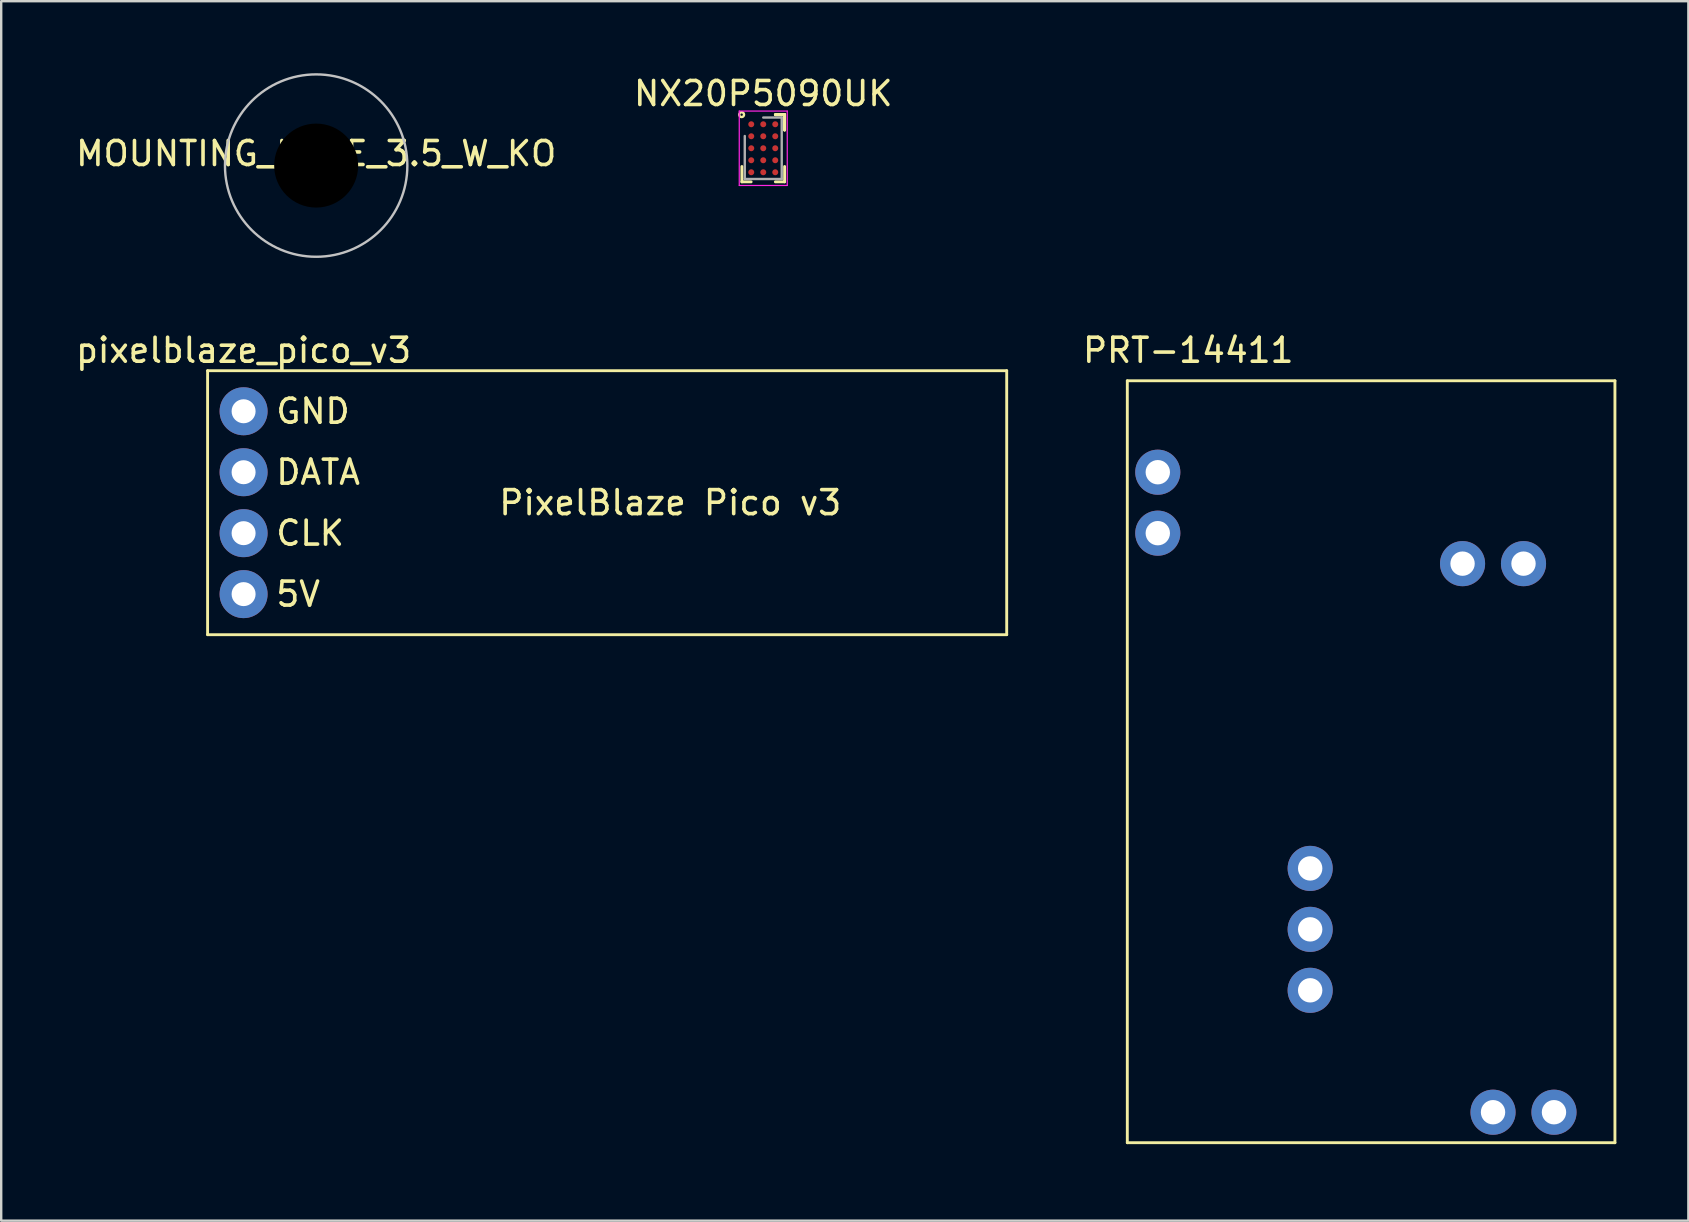
<source format=kicad_pcb>
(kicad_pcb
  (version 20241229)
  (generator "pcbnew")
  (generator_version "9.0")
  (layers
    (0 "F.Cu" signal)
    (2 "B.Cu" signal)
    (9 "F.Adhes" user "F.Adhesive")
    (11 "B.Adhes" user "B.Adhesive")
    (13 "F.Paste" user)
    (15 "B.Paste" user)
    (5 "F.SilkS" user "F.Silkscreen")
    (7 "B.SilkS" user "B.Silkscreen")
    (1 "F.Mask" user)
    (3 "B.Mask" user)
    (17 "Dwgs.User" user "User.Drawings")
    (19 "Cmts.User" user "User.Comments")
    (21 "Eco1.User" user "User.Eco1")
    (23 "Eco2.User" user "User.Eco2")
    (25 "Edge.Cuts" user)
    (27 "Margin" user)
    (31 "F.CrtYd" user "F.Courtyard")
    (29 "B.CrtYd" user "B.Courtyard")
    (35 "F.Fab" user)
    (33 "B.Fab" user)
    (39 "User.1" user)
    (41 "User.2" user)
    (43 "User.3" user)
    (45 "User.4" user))
  (footprint "MOUNTING_HOLE_3.5_W_KO"
    (layer "F.Cu")
    (at 10.125 3.85)
    (property "Reference" "MOUNTING_HOLE_3.5_W_KO" (at 0 -0.5 0) (unlocked yes) (layer "F.SilkS") (effects (font (size 1 1) (thickness 0.15))))
    (attr smd)
    (fp_circle (center 0 0) (end 3.8 0) (stroke (width 0.1) (type solid)) (fill no) (layer "Dwgs.User"))
    (pad "" np_thru_hole circle (at 0 0) (size 3.5 3.5) (drill 3.5) (layers "*.Mask")))
  (footprint "pixelblaze_pico_v3"
    (layer "F.Cu")
    (at 7.101 17.898)
    (property "Reference" "pixelblaze_pico_v3" (at 0 -6.35 0) (unlocked yes) (layer "F.SilkS") (effects (font (size 1 1) (thickness 0.15))))
    (attr smd)
    (fp_line (start -1.5 -5.5) (end -1.5 5.5) (stroke (width 0.12) (type solid)) (layer "F.SilkS"))
    (fp_line (start -1.5 -5.5) (end 31.8 -5.5) (stroke (width 0.12) (type solid)) (layer "F.SilkS"))
    (fp_line (start -1.5 5.5) (end 31.8 5.5) (stroke (width 0.12) (type solid)) (layer "F.SilkS"))
    (fp_line (start 31.8 -5.5) (end 31.8 5.5) (stroke (width 0.12) (type solid)) (layer "F.SilkS"))
    (fp_text user "DATA" (at 1.27 -1.27 0) (unlocked yes) (layer "F.SilkS") (effects (font (size 1 1) (thickness 0.15)) (justify left)))
    (fp_text user "GND" (at 1.27 -3.81 0) (unlocked yes) (layer "F.SilkS") (effects (font (size 1 1) (thickness 0.15)) (justify left)))
    (fp_text user "5V" (at 1.27 3.81 0) (unlocked yes) (layer "F.SilkS") (effects (font (size 1 1) (thickness 0.15)) (justify left)))
    (fp_text user "PixelBlaze Pico v3" (at 17.78 0 0) (unlocked yes) (layer "F.SilkS") (effects (font (size 1 1) (thickness 0.15))))
    (fp_text user "CLK" (at 1.27 1.27 0) (unlocked yes) (layer "F.SilkS") (effects (font (size 1 1) (thickness 0.15)) (justify left)))
    (pad "1" thru_hole circle (at 0 -3.81) (size 2 2) (drill 1) (layers "*.Cu" "*.Mask"))
    (pad "2" thru_hole circle (at 0 -1.27) (size 2 2) (drill 1) (layers "*.Cu" "*.Mask"))
    (pad "3" thru_hole circle (at 0 1.27) (size 2 2) (drill 1) (layers "*.Cu" "*.Mask"))
    (pad "4" thru_hole circle (at 0 3.81) (size 2 2) (drill 1) (layers "*.Cu" "*.Mask")))
  (footprint "NX20P5090UK"
    (layer "F.Cu")
    (at 28.756 3.128)
    (property "Reference" "NX20P5090UK" (at 0 -2.28 0) (layer "F.SilkS") (effects (font (size 1 1) (thickness 0.15))))
    (attr smd)
    (fp_line (start -0.89 1.4) (end -0.89 0.76) (stroke (width 0.12) (type solid)) (layer "F.SilkS"))
    (fp_line (start -0.505 1.4) (end -0.89 1.4) (stroke (width 0.12) (type solid)) (layer "F.SilkS"))
    (fp_line (start 0.505 -1.4) (end 0.89 -1.4) (stroke (width 0.12) (type solid)) (layer "F.SilkS"))
    (fp_line (start 0.505 -1.4) (end 0.89 -1.4) (stroke (width 0.12) (type solid)) (layer "F.SilkS"))
    (fp_line (start 0.505 -1.4) (end 0.89 -1.4) (stroke (width 0.12) (type solid)) (layer "F.SilkS"))
    (fp_line (start 0.505 1.4) (end 0.89 1.4) (stroke (width 0.12) (type solid)) (layer "F.SilkS"))
    (fp_line (start 0.89 -1.4) (end 0.89 -0.76) (stroke (width 0.12) (type solid)) (layer "F.SilkS"))
    (fp_line (start 0.89 -1.4) (end 0.89 -0.76) (stroke (width 0.12) (type solid)) (layer "F.SilkS"))
    (fp_line (start 0.89 -1.4) (end 0.89 -0.76) (stroke (width 0.12) (type solid)) (layer "F.SilkS"))
    (fp_line (start 0.89 1.4) (end 0.89 0.76) (stroke (width 0.12) (type solid)) (layer "F.SilkS"))
    (fp_circle (center -0.9 -1.4) (end -0.8 -1.4) (stroke (width 0.1) (type solid)) (fill no) (layer "F.SilkS"))
    (fp_line (start -1 -1.55) (end 1 -1.55) (stroke (width 0.05) (type solid)) (layer "F.CrtYd"))
    (fp_line (start -1 1.55) (end -1 -1.55) (stroke (width 0.05) (type solid)) (layer "F.CrtYd"))
    (fp_line (start 1 -1.55) (end 1 1.55) (stroke (width 0.05) (type solid)) (layer "F.CrtYd"))
    (fp_line (start 1 1.55) (end -1 1.55) (stroke (width 0.05) (type solid)) (layer "F.CrtYd"))
    (fp_line (start -0.77 -0.51) (end -0.77 1.28) (stroke (width 0.1) (type solid)) (layer "F.Fab"))
    (fp_line (start -0.77 1.28) (end 0.77 1.28) (stroke (width 0.1) (type solid)) (layer "F.Fab"))
    (fp_line (start 0.77 -1.28) (end 0 -1.28) (stroke (width 0.1) (type solid)) (layer "F.Fab"))
    (fp_line (start 0.77 1.28) (end 0.77 -1.28) (stroke (width 0.1) (type solid)) (layer "F.Fab"))
    (pad "A1" smd circle (at -0.5 -1) (size 0.25 0.25) (layers "F.Cu" "F.Mask" "F.Paste"))
    (pad "A2" smd circle (at 0 -1) (size 0.25 0.25) (layers "F.Cu" "F.Mask" "F.Paste"))
    (pad "A3" smd circle (at 0.5 -1) (size 0.25 0.25) (layers "F.Cu" "F.Mask" "F.Paste"))
    (pad "B1" smd circle (at -0.5 -0.5) (size 0.25 0.25) (layers "F.Cu" "F.Mask" "F.Paste"))
    (pad "B2" smd circle (at 0 -0.5) (size 0.25 0.25) (layers "F.Cu" "F.Mask" "F.Paste"))
    (pad "B3" smd circle (at 0.5 -0.5) (size 0.25 0.25) (layers "F.Cu" "F.Mask" "F.Paste"))
    (pad "C1" smd circle (at -0.5 0) (size 0.25 0.25) (layers "F.Cu" "F.Mask" "F.Paste"))
    (pad "C2" smd circle (at 0 0) (size 0.25 0.25) (layers "F.Cu" "F.Mask" "F.Paste"))
    (pad "C3" smd circle (at 0.5 0) (size 0.25 0.25) (layers "F.Cu" "F.Mask" "F.Paste"))
    (pad "D1" smd circle (at -0.5 0.5) (size 0.25 0.25) (layers "F.Cu" "F.Mask" "F.Paste"))
    (pad "D2" smd circle (at 0 0.5) (size 0.25 0.25) (layers "F.Cu" "F.Mask" "F.Paste"))
    (pad "D3" smd circle (at 0.5 0.5) (size 0.25 0.25) (layers "F.Cu" "F.Mask" "F.Paste"))
    (pad "E1" smd circle (at -0.5 1) (size 0.25 0.25) (layers "F.Cu" "F.Mask" "F.Paste"))
    (pad "E2" smd circle (at 0 1) (size 0.25 0.25) (layers "F.Cu" "F.Mask" "F.Paste"))
    (pad "E3" smd circle (at 0.5 1) (size 0.25 0.25) (layers "F.Cu" "F.Mask" "F.Paste")))
  (footprint "PRT-14411"
    (layer "F.Cu")
    (at 43.927 44.568)
    (property "Reference" "PRT-14411" (at 2.54 -33.02 0) (unlocked yes) (layer "F.SilkS") (effects (font (size 1 1) (thickness 0.15))))
    (attr smd)
    (fp_line (start 0 -31.75) (end 20.32 -31.75) (stroke (width 0.12) (type solid)) (layer "F.SilkS"))
    (fp_line (start 0 0) (end 0 -31.75) (stroke (width 0.12) (type solid)) (layer "F.SilkS"))
    (fp_line (start 20.32 -31.75) (end 20.32 0) (stroke (width 0.12) (type solid)) (layer "F.SilkS"))
    (fp_line (start 20.32 0) (end 0 0) (stroke (width 0.12) (type solid)) (layer "F.SilkS"))
    (pad "1" thru_hole circle (at 1.27 -27.94) (size 1.88 1.88) (drill 1.016) (layers "*.Cu" "*.Mask"))
    (pad "2" thru_hole circle (at 1.27 -25.4) (size 1.88 1.88) (drill 1.016) (layers "*.Cu" "*.Mask"))
    (pad "3" thru_hole circle (at 13.97 -24.13) (size 1.88 1.88) (drill 1.016) (layers "*.Cu" "*.Mask"))
    (pad "4" thru_hole circle (at 16.51 -24.13) (size 1.88 1.88) (drill 1.016) (layers "*.Cu" "*.Mask"))
    (pad "5" thru_hole circle (at 7.62 -11.43) (size 1.88 1.88) (drill 1.016) (layers "*.Cu" "*.Mask"))
    (pad "6" thru_hole circle (at 7.62 -8.89) (size 1.88 1.88) (drill 1.016) (layers "*.Cu" "*.Mask"))
    (pad "7" thru_hole circle (at 7.62 -6.35) (size 1.88 1.88) (drill 1.016) (layers "*.Cu" "*.Mask"))
    (pad "8" thru_hole circle (at 15.24 -1.27) (size 1.88 1.88) (drill 1.016) (layers "*.Cu" "*.Mask"))
    (pad "9" thru_hole circle (at 17.78 -1.27) (size 1.88 1.88) (drill 1.016) (layers "*.Cu" "*.Mask")))
  (gr_rect
    (start -3 -3)
    (end 67.307 47.818)
    (stroke (width 0.1) (type default))
    (fill no)
    (layer "Edge.Cuts")))
</source>
